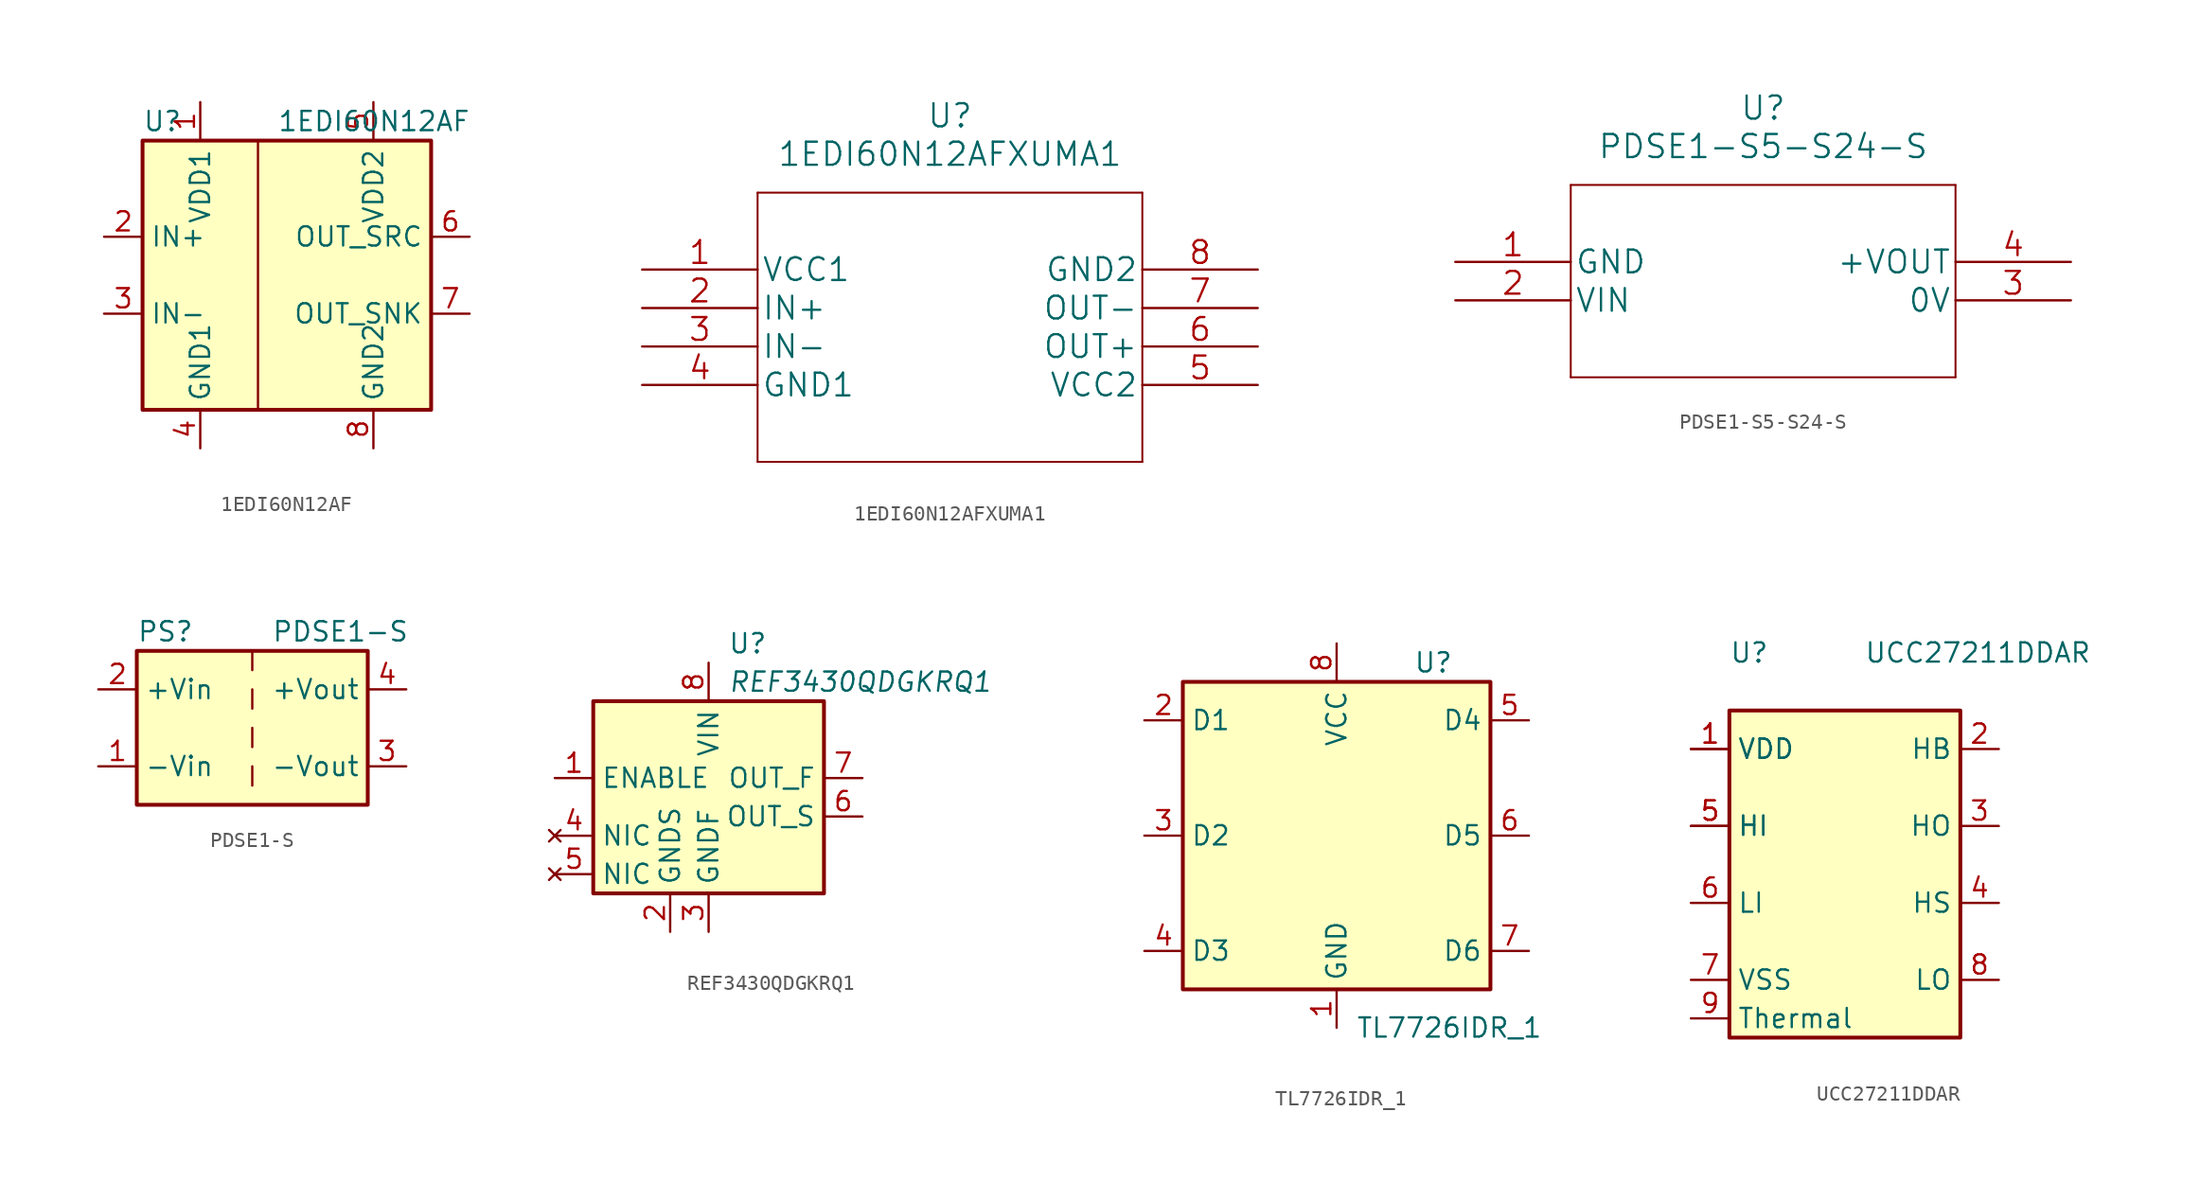
<source format=kicad_sym>
(kicad_symbol_lib
  (version 20220914)
  (generator kicad_symbol_editor)
  (symbol "1EDI60N12AF"
    (property "Reference" "U"
      (at -7.62 8.89 0)
      (effects (font (size 1.27 1.27)) (justify left)))
    (property "Value" "1EDI60N12AF"
      (at 1.27 8.89 0)
      (effects (font (size 1.27 1.27)) (justify left)))
    (symbol "1EDI60N12AF_0_1"
      (rectangle (start -7.62 7.62) (end 11.43 -10.16) (stroke (width 0.254) (type default)) (fill (type background)))
      (polyline (pts (xy 0 7.62) (xy 0 -10.16)) (stroke (width 0.152) (type default)) (fill (type none))))
    (symbol "1EDI60N12AF_1_1"
      (pin power_in line (at -3.81 10.16 270) (length 2.54) (name "VDD1" (effects (font (size 1.27 1.27)))) (number "1" (effects (font (size 1.27 1.27)))))
      (pin input line (at -10.16 1.27 0) (length 2.54) (name "IN+" (effects (font (size 1.27 1.27)))) (number "2" (effects (font (size 1.27 1.27)))))
      (pin input line (at -10.16 -3.81 0) (length 2.54) (name "IN-" (effects (font (size 1.27 1.27)))) (number "3" (effects (font (size 1.27 1.27)))))
      (pin power_in line (at -3.81 -12.7 90) (length 2.54) (name "GND1" (effects (font (size 1.27 1.27)))) (number "4" (effects (font (size 1.27 1.27)))))
      (pin power_in line (at 7.62 10.16 270) (length 2.54) (name "VDD2" (effects (font (size 1.27 1.27)))) (number "5" (effects (font (size 1.27 1.27)))))
      (pin output line (at 13.97 1.27 180) (length 2.54) (name "OUT_SRC" (effects (font (size 1.27 1.27)))) (number "6" (effects (font (size 1.27 1.27)))))
      (pin output line (at 13.97 -3.81 180) (length 2.54) (name "OUT_SNK" (effects (font (size 1.27 1.27)))) (number "7" (effects (font (size 1.27 1.27)))))
      (pin power_in line (at 7.62 -12.7 90) (length 2.54) (name "GND2" (effects (font (size 1.27 1.27)))) (number "8" (effects (font (size 1.27 1.27)))))))
  (symbol "1EDI60N12AFXUMA1"
    (pin_names
      (offset 0.254))
    (property "Reference" "U"
      (at 20.32 10.16 0)
      (effects (font (size 1.524 1.524))))
    (property "Value" "1EDI60N12AFXUMA1"
      (at 20.32 7.62 0)
      (effects (font (size 1.524 1.524))))
    (property "Datasheet" ""
      (at 0 0 0)
      (effects (font (size 1.524 1.524))))
    (property "ki_locked" ""
      (at 0 0 0)
      (effects (font (size 1.27 1.27))))
    (symbol "1EDI60N12AFXUMA1_1_1"
      (polyline (pts (xy 7.62 -12.7) (xy 33.02 -12.7)) (stroke (width 0.127) (type default)) (fill (type none)))
      (polyline (pts (xy 7.62 5.08) (xy 7.62 -12.7)) (stroke (width 0.127) (type default)) (fill (type none)))
      (polyline (pts (xy 33.02 -12.7) (xy 33.02 5.08)) (stroke (width 0.127) (type default)) (fill (type none)))
      (polyline (pts (xy 33.02 5.08) (xy 7.62 5.08)) (stroke (width 0.127) (type default)) (fill (type none)))
      (pin power_in line (at 0 0 0) (length 7.62) (name "VCC1" (effects (font (size 1.499 1.499)))) (number "1" (effects (font (size 1.499 1.499)))))
      (pin input line (at 0 -2.54 0) (length 7.62) (name "IN+" (effects (font (size 1.499 1.499)))) (number "2" (effects (font (size 1.499 1.499)))))
      (pin input line (at 0 -5.08 0) (length 7.62) (name "IN-" (effects (font (size 1.499 1.499)))) (number "3" (effects (font (size 1.499 1.499)))))
      (pin power_in line (at 0 -7.62 0) (length 7.62) (name "GND1" (effects (font (size 1.499 1.499)))) (number "4" (effects (font (size 1.499 1.499)))))
      (pin power_in line (at 40.64 -7.62 180) (length 7.62) (name "VCC2" (effects (font (size 1.499 1.499)))) (number "5" (effects (font (size 1.499 1.499)))))
      (pin output line (at 40.64 -5.08 180) (length 7.62) (name "OUT+" (effects (font (size 1.499 1.499)))) (number "6" (effects (font (size 1.499 1.499)))))
      (pin output line (at 40.64 -2.54 180) (length 7.62) (name "OUT-" (effects (font (size 1.499 1.499)))) (number "7" (effects (font (size 1.499 1.499)))))
      (pin power_in line (at 40.64 0 180) (length 7.62) (name "GND2" (effects (font (size 1.499 1.499)))) (number "8" (effects (font (size 1.499 1.499)))))))
  (symbol "PDSE1-S5-S24-S"
    (pin_names
      (offset 0.254))
    (property "Reference" "U"
      (at 20.32 10.16 0)
      (effects (font (size 1.524 1.524))))
    (property "Value" "PDSE1-S5-S24-S"
      (at 20.32 7.62 0)
      (effects (font (size 1.524 1.524))))
    (property "Datasheet" ""
      (at 0 0 0)
      (effects (font (size 1.524 1.524))))
    (property "ki_locked" ""
      (at 0 0 0)
      (effects (font (size 1.27 1.27))))
    (symbol "PDSE1-S5-S24-S_1_1"
      (polyline (pts (xy 7.62 -7.62) (xy 33.02 -7.62)) (stroke (width 0.127) (type default)) (fill (type none)))
      (polyline (pts (xy 7.62 5.08) (xy 7.62 -7.62)) (stroke (width 0.127) (type default)) (fill (type none)))
      (polyline (pts (xy 33.02 -7.62) (xy 33.02 5.08)) (stroke (width 0.127) (type default)) (fill (type none)))
      (polyline (pts (xy 33.02 5.08) (xy 7.62 5.08)) (stroke (width 0.127) (type default)) (fill (type none)))
      (pin power_in line (at 0 0 0) (length 7.62) (name "GND" (effects (font (size 1.499 1.499)))) (number "1" (effects (font (size 1.499 1.499)))))
      (pin input line (at 0 -2.54 0) (length 7.62) (name "VIN" (effects (font (size 1.499 1.499)))) (number "2" (effects (font (size 1.499 1.499)))))
      (pin unspecified line (at 40.64 -2.54 180) (length 7.62) (name "0V" (effects (font (size 1.499 1.499)))) (number "3" (effects (font (size 1.499 1.499)))))
      (pin output line (at 40.64 0 180) (length 7.62) (name "+VOUT" (effects (font (size 1.499 1.499)))) (number "4" (effects (font (size 1.499 1.499)))))))
  (symbol "PDSE1-S"
    (property "Reference" "PS"
      (at -7.62 6.35 0)
      (effects (font (size 1.27 1.27)) (justify left)))
    (property "Value" "PDSE1-S"
      (at 1.27 6.35 0)
      (effects (font (size 1.27 1.27)) (justify left)))
    (symbol "PDSE1-S_0_0"
      (pin power_in line (at -10.16 -2.54 0) (length 2.54) (name "-Vin" (effects (font (size 1.27 1.27)))) (number "1" (effects (font (size 1.27 1.27)))))
      (pin power_in line (at -10.16 2.54 0) (length 2.54) (name "+Vin" (effects (font (size 1.27 1.27)))) (number "2" (effects (font (size 1.27 1.27)))))
      (pin power_out line (at 10.16 -2.54 180) (length 2.54) (name "-Vout" (effects (font (size 1.27 1.27)))) (number "3" (effects (font (size 1.27 1.27)))))
      (pin power_out line (at 10.16 2.54 180) (length 2.54) (name "+Vout" (effects (font (size 1.27 1.27)))) (number "4" (effects (font (size 1.27 1.27))))))
    (symbol "PDSE1-S_0_1"
      (rectangle (start -7.62 5.08) (end 7.62 -5.08) (stroke (width 0.254) (type default)) (fill (type background)))
      (polyline (pts (xy 0 -2.54) (xy 0 -3.81)) (stroke (width 0) (type default)) (fill (type none)))
      (polyline (pts (xy 0 0) (xy 0 -1.27)) (stroke (width 0) (type default)) (fill (type none)))
      (polyline (pts (xy 0 2.54) (xy 0 1.27)) (stroke (width 0) (type default)) (fill (type none)))
      (polyline (pts (xy 0 5.08) (xy 0 3.81)) (stroke (width 0) (type default)) (fill (type none)))))
  (symbol "REF3430QDGKRQ1"
    (property "Reference" "U"
      (at 1.27 8.89 0)
      (effects (font (size 1.27 1.27)) (justify left)))
    (property "Value" "REF3430QDGKRQ1"
      (at 1.27 6.35 0)
      (effects (font (size 1.27 1.27) italic) (justify left)))
    (symbol "REF3430QDGKRQ1_0_1"
      (rectangle (start -7.62 5.08) (end 7.62 -7.62) (stroke (width 0.254) (type default)) (fill (type background))))
    (symbol "REF3430QDGKRQ1_1_1"
      (pin input line (at -10.16 0 0) (length 2.54) (name "ENABLE" (effects (font (size 1.27 1.27)))) (number "1" (effects (font (size 1.27 1.27)))))
      (pin input line (at -2.54 -10.16 90) (length 2.54) (name "GNDS" (effects (font (size 1.27 1.27)))) (number "2" (effects (font (size 1.27 1.27)))))
      (pin power_in line (at 0 -10.16 90) (length 2.54) (name "GNDF" (effects (font (size 1.27 1.27)))) (number "3" (effects (font (size 1.27 1.27)))))
      (pin no_connect line (at -10.16 -3.81 0) (length 2.54) (name "NIC" (effects (font (size 1.27 1.27)))) (number "4" (effects (font (size 1.27 1.27)))))
      (pin no_connect line (at -10.16 -6.35 0) (length 2.54) (name "NIC" (effects (font (size 1.27 1.27)))) (number "5" (effects (font (size 1.27 1.27)))))
      (pin input line (at 10.16 -2.54 180) (length 2.54) (name "OUT_S" (effects (font (size 1.27 1.27)))) (number "6" (effects (font (size 1.27 1.27)))))
      (pin output line (at 10.16 0 180) (length 2.54) (name "OUT_F" (effects (font (size 1.27 1.27)))) (number "7" (effects (font (size 1.27 1.27)))))
      (pin power_in line (at 0 7.62 270) (length 2.54) (name "VIN" (effects (font (size 1.27 1.27)))) (number "8" (effects (font (size 1.27 1.27)))))))
  (symbol "TL7726IDR_1"
    (property "Reference" "U"
      (at 5.08 11.43 0)
      (effects (font (size 1.27 1.27)) (justify left)))
    (property "Value" "TL7726IDR_1"
      (at 1.27 -12.7 0)
      (effects (font (size 1.27 1.27)) (justify left)))
    (symbol "TL7726IDR_1_0_1"
      (rectangle (start -10.16 10.16) (end 10.16 -10.16) (stroke (width 0.254) (type default)) (fill (type background))))
    (symbol "TL7726IDR_1_1_1"
      (pin power_in line (at 0 -12.7 90) (length 2.54) (name "GND" (effects (font (size 1.27 1.27)))) (number "1" (effects (font (size 1.27 1.27)))))
      (pin passive line (at -12.7 7.62 0) (length 2.54) (name "D1" (effects (font (size 1.27 1.27)))) (number "2" (effects (font (size 1.27 1.27)))))
      (pin passive line (at -12.7 0 0) (length 2.54) (name "D2" (effects (font (size 1.27 1.27)))) (number "3" (effects (font (size 1.27 1.27)))))
      (pin passive line (at -12.7 -7.62 0) (length 2.54) (name "D3" (effects (font (size 1.27 1.27)))) (number "4" (effects (font (size 1.27 1.27)))))
      (pin passive line (at 12.7 7.62 180) (length 2.54) (name "D4" (effects (font (size 1.27 1.27)))) (number "5" (effects (font (size 1.27 1.27)))))
      (pin passive line (at 12.7 0 180) (length 2.54) (name "D5" (effects (font (size 1.27 1.27)))) (number "6" (effects (font (size 1.27 1.27)))))
      (pin passive line (at 12.7 -7.62 180) (length 2.54) (name "D6" (effects (font (size 1.27 1.27)))) (number "7" (effects (font (size 1.27 1.27)))))
      (pin power_in line (at 0 12.7 270) (length 2.54) (name "VCC" (effects (font (size 1.27 1.27)))) (number "8" (effects (font (size 1.27 1.27)))))))
  (symbol "UCC27211DDAR"
    (property "Reference" "U"
      (at -7.62 8.89 0)
      (effects (font (size 1.27 1.27)) (justify left)))
    (property "Value" "UCC27211DDAR"
      (at 1.27 8.89 0)
      (effects (font (size 1.27 1.27)) (justify left)))
    (symbol "UCC27211DDAR_0_1"
      (rectangle (start -7.62 -16.51) (end 7.62 5.08) (stroke (width 0.254) (type solid)) (fill (type background))))
    (symbol "UCC27211DDAR_1_1"
      (pin power_in line (at -10.16 2.54 0) (length 2.54) (name "VDD" (effects (font (size 1.27 1.27)))) (number "1" (effects (font (size 1.27 1.27)))))
      (pin power_in line (at -10.16 2.54 0) (length 2.54) (name "VDD" (effects (font (size 1.27 1.27)))) (number "1" (effects (font (size 1.27 1.27)))))
      (pin output line (at 10.16 2.54 180) (length 2.54) (name "HB" (effects (font (size 1.27 1.27)))) (number "2" (effects (font (size 1.27 1.27)))))
      (pin output line (at 10.16 -2.54 180) (length 2.54) (name "HO" (effects (font (size 1.27 1.27)))) (number "3" (effects (font (size 1.27 1.27)))))
      (pin output line (at 10.16 -7.62 180) (length 2.54) (name "HS" (effects (font (size 1.27 1.27)))) (number "4" (effects (font (size 1.27 1.27)))))
      (pin input line (at -10.16 -2.54 0) (length 2.54) (name "HI" (effects (font (size 1.27 1.27)))) (number "5" (effects (font (size 1.27 1.27)))))
      (pin input line (at -10.16 -2.54 0) (length 2.54) (name "HI" (effects (font (size 1.27 1.27)))) (number "5" (effects (font (size 1.27 1.27)))))
      (pin input line (at -10.16 -7.62 0) (length 2.54) (name "LI" (effects (font (size 1.27 1.27)))) (number "6" (effects (font (size 1.27 1.27)))))
      (pin power_in line (at -10.16 -12.7 0) (length 2.54) (name "VSS" (effects (font (size 1.27 1.27)))) (number "7" (effects (font (size 1.27 1.27)))))
      (pin output line (at 10.16 -12.7 180) (length 2.54) (name "LO" (effects (font (size 1.27 1.27)))) (number "8" (effects (font (size 1.27 1.27)))))
      (pin power_in line (at -10.16 -15.24 0) (length 2.54) (name "Thermal" (effects (font (size 1.27 1.27)))) (number "9" (effects (font (size 1.27 1.27))))))))
</source>
